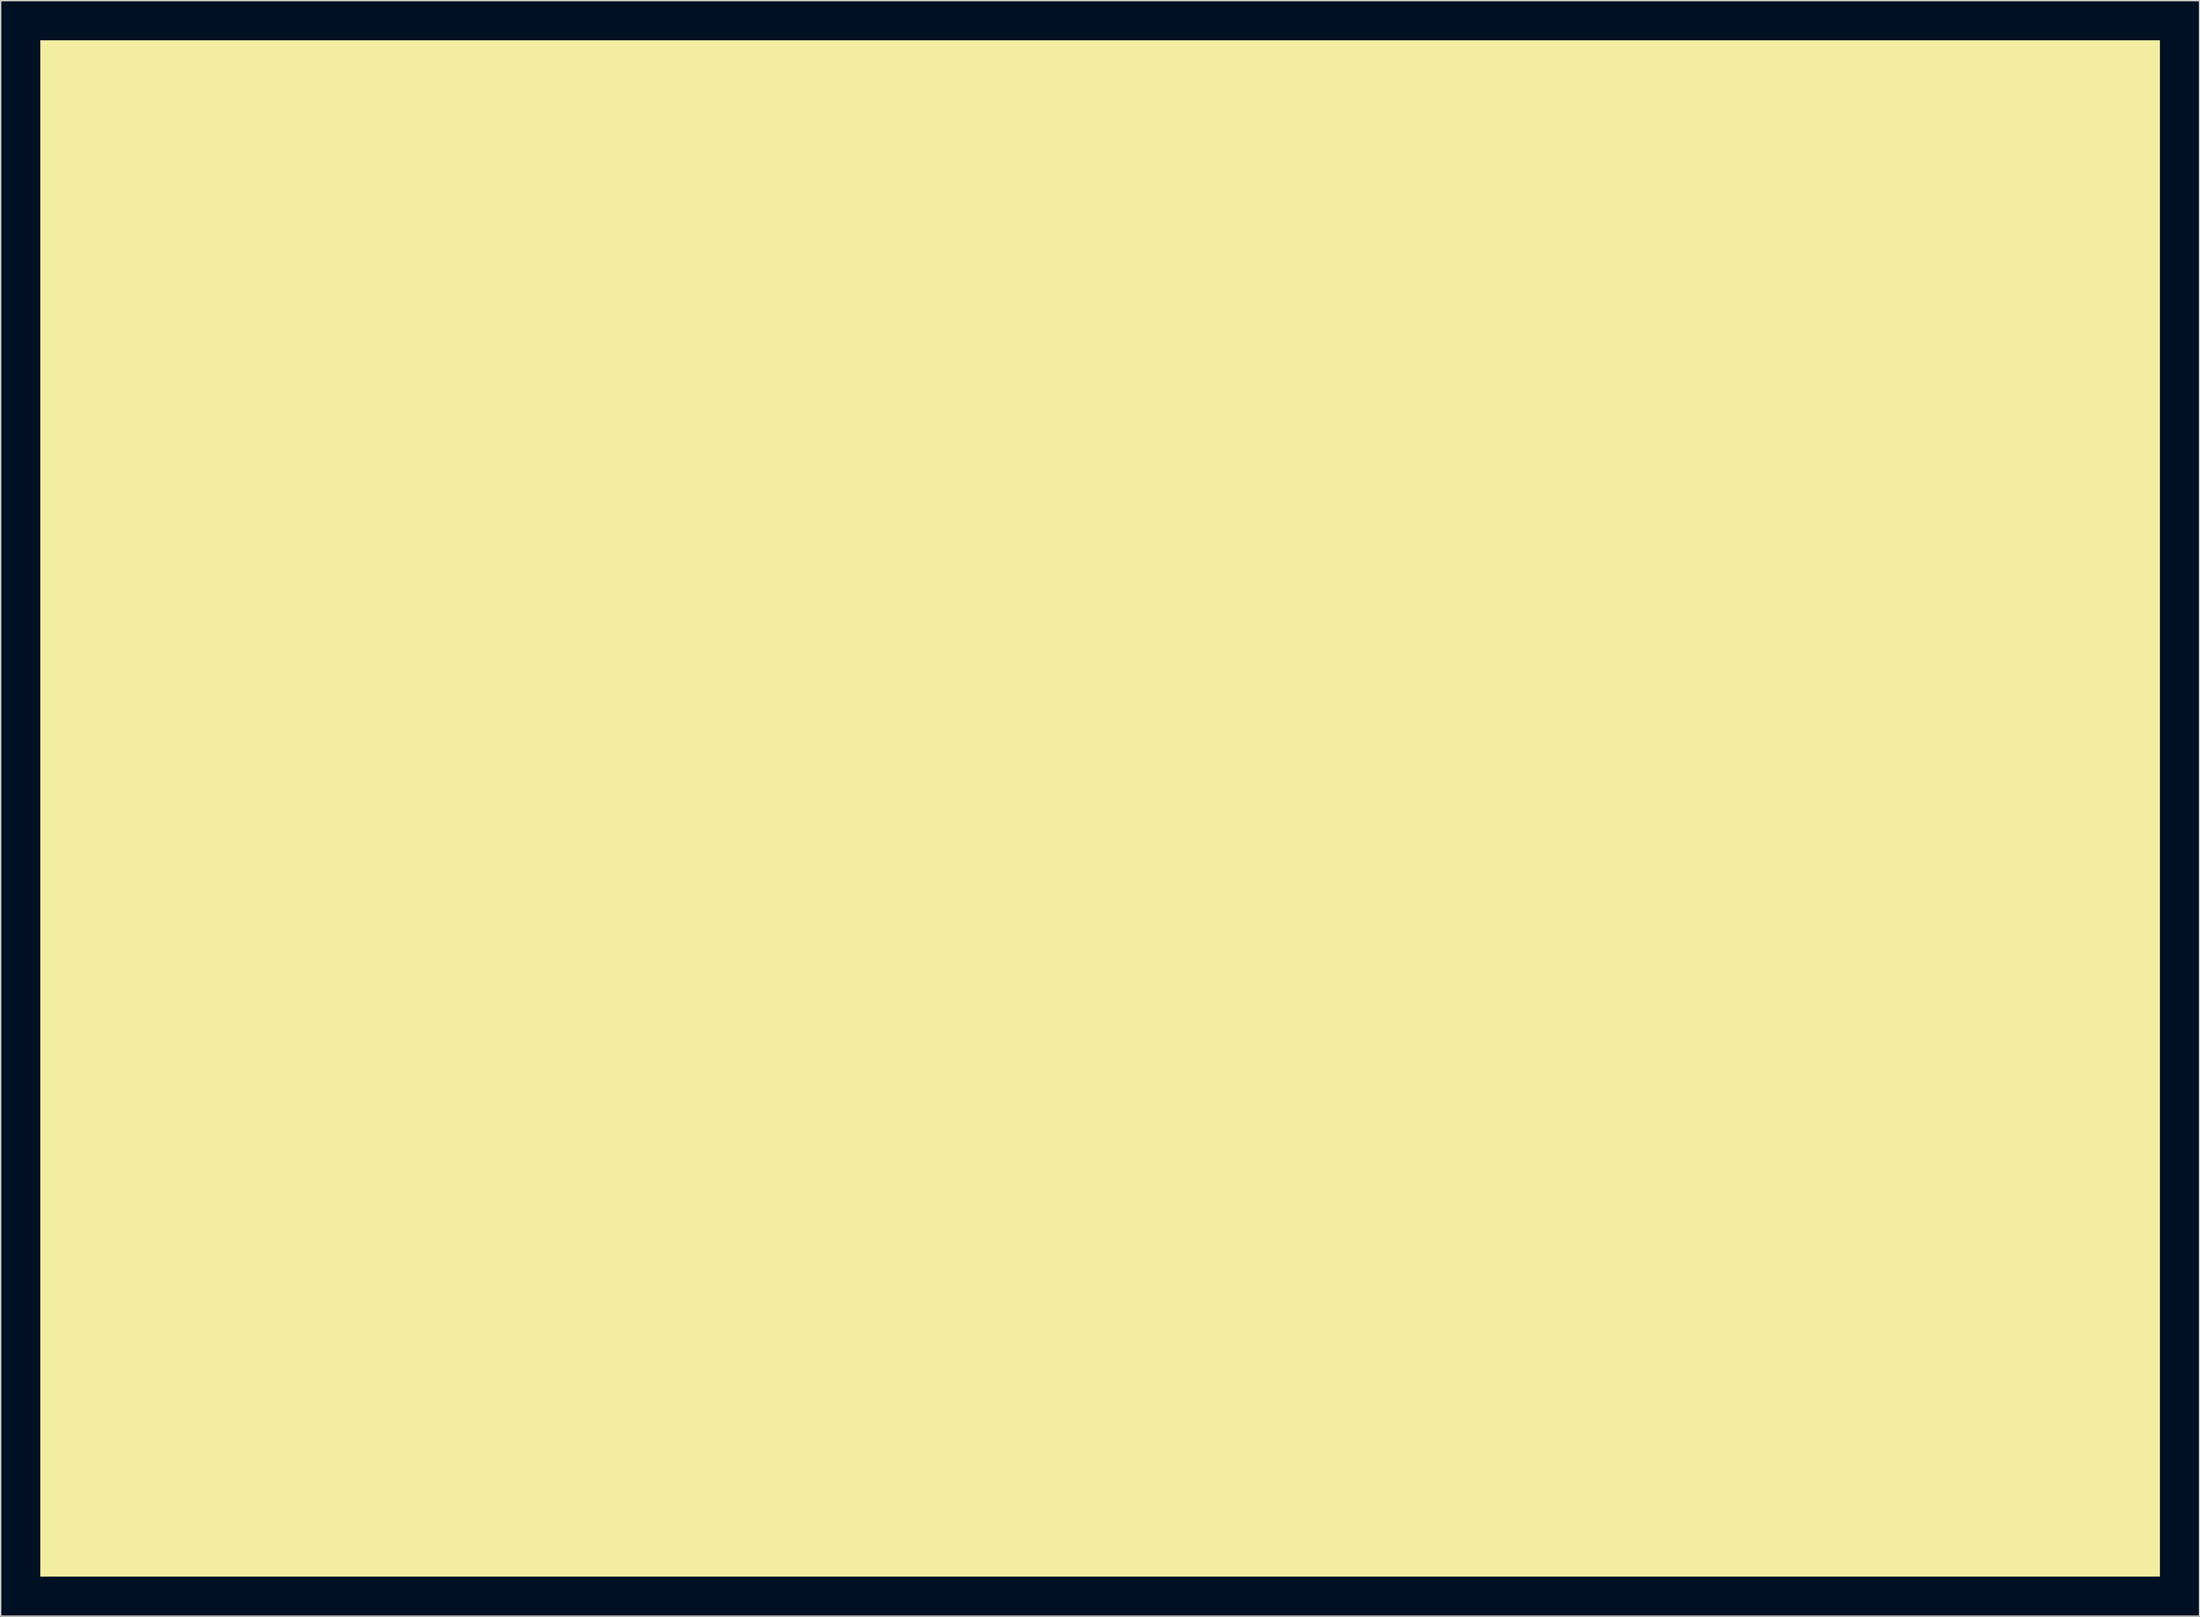
<source format=kicad_pcb>
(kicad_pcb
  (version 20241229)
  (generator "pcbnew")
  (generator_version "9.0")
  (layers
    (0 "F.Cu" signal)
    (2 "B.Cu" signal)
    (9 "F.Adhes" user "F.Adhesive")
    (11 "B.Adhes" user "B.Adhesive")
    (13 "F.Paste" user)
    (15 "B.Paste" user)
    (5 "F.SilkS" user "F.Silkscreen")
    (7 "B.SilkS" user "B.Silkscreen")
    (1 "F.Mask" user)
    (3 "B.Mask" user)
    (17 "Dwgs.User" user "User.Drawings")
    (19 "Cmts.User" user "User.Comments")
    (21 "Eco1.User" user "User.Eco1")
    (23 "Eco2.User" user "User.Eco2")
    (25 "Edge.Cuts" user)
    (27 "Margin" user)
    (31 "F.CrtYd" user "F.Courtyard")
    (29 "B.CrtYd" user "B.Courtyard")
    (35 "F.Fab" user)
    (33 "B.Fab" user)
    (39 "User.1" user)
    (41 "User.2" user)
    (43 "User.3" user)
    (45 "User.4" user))
  (footprint "thimble-logo"
    (layer "F.Cu")
    (at 80.269 58.171)
    (property "Reference" "thimble-logo" (at 0 0 0) (layer "F.SilkS") (effects (font (size 1.524 1.524) (thickness 0.3))))
    (attr through_hole)
    (fp_poly (pts (xy 80.264 58.251) (xy -80.264 58.251) (xy -80.264 -58.166) (xy 80.264 -58.166) (xy 80.264 58.251)) (stroke (width 0.01) (type solid)) (fill yes) (layer "F.SilkS")))
  (gr_rect
    (start -3 -3)
    (end 163.538 119.427)
    (stroke (width 0.1) (type default))
    (fill no)
    (layer "Edge.Cuts")))
</source>
